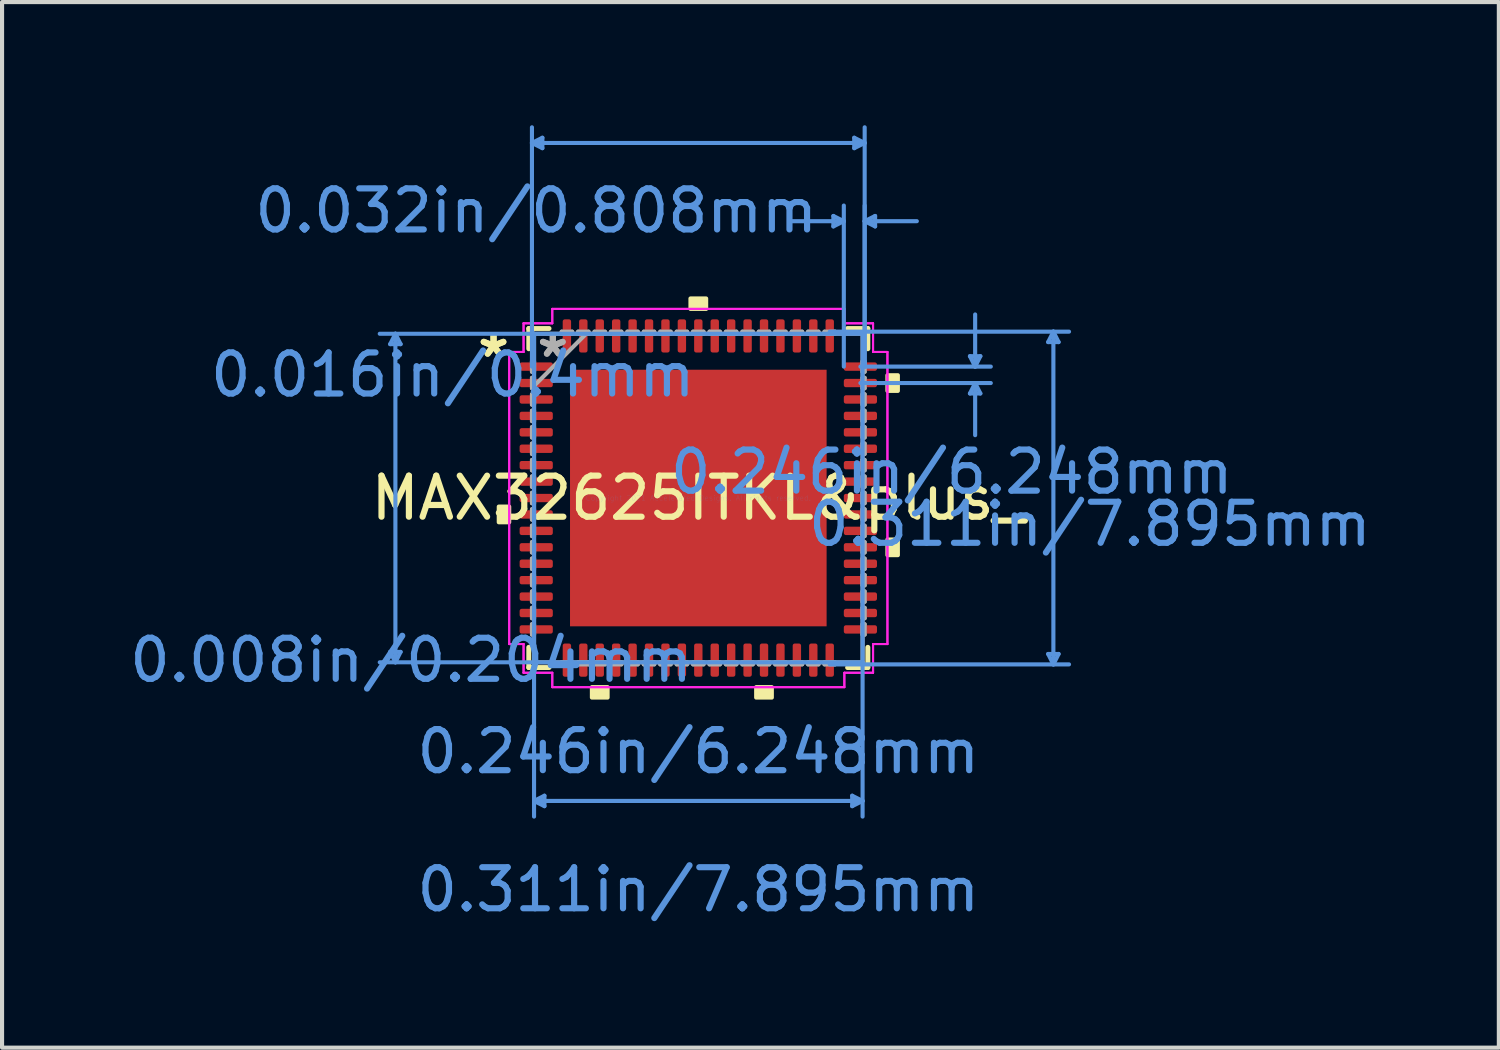
<source format=kicad_pcb>
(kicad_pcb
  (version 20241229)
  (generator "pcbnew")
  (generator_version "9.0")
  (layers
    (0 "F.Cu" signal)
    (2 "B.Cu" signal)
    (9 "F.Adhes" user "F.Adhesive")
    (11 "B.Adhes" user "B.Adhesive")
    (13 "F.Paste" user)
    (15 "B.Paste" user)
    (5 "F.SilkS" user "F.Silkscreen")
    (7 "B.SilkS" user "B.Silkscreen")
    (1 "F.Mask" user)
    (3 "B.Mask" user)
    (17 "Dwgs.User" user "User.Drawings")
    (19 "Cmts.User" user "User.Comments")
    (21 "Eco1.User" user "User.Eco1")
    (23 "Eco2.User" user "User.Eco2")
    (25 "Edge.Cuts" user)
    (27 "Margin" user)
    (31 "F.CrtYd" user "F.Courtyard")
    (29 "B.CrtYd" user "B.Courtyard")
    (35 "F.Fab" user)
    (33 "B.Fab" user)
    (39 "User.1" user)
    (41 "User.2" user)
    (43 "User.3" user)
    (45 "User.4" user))
  (footprint "MAX32625ITKL&plus_"
    (layer "F.Cu")
    (at 13.954 9.077)
    (property "Reference" "MAX32625ITKL&plus_" (at 0 0 0) (layer "F.SilkS") (effects (font (size 1 1) (thickness 0.15))))
    (attr through_hole)
    (fp_line (start -4.128 -4.128) (end -4.128 -3.635) (stroke (width 0.12) (type solid)) (layer "F.SilkS"))
    (fp_line (start -4.128 3.635) (end -4.128 4.128) (stroke (width 0.12) (type solid)) (layer "F.SilkS"))
    (fp_line (start -4.128 4.128) (end -3.635 4.128) (stroke (width 0.12) (type solid)) (layer "F.SilkS"))
    (fp_line (start -3.635 -4.128) (end -4.128 -4.128) (stroke (width 0.12) (type solid)) (layer "F.SilkS"))
    (fp_line (start 3.635 4.128) (end 4.128 4.128) (stroke (width 0.12) (type solid)) (layer "F.SilkS"))
    (fp_line (start 4.128 -4.128) (end 3.635 -4.128) (stroke (width 0.12) (type solid)) (layer "F.SilkS"))
    (fp_line (start 4.128 -3.635) (end 4.128 -4.128) (stroke (width 0.12) (type solid)) (layer "F.SilkS"))
    (fp_line (start 4.128 4.128) (end 4.128 3.635) (stroke (width 0.12) (type solid)) (layer "F.SilkS"))
    (fp_poly (pts (xy -4.859 0.209) (xy -4.859 0.59) (xy -4.605 0.59) (xy -4.605 0.209)) (stroke (width 0.1) (type solid)) (fill yes) (layer "F.SilkS"))
    (fp_poly (pts (xy -2.591 4.605) (xy -2.591 4.859) (xy -2.209 4.859) (xy -2.209 4.605)) (stroke (width 0.1) (type solid)) (fill yes) (layer "F.SilkS"))
    (fp_poly (pts (xy -0.191 -4.605) (xy -0.191 -4.859) (xy 0.191 -4.859) (xy 0.191 -4.605)) (stroke (width 0.1) (type solid)) (fill yes) (layer "F.SilkS"))
    (fp_poly (pts (xy 1.409 4.605) (xy 1.409 4.859) (xy 1.79 4.859) (xy 1.79 4.605)) (stroke (width 0.1) (type solid)) (fill yes) (layer "F.SilkS"))
    (fp_poly (pts (xy 4.859 -2.99) (xy 4.859 -2.609) (xy 4.605 -2.609) (xy 4.605 -2.99)) (stroke (width 0.1) (type solid)) (fill yes) (layer "F.SilkS"))
    (fp_poly (pts (xy 4.859 1.01) (xy 4.859 1.391) (xy 4.605 1.391) (xy 4.605 1.01)) (stroke (width 0.1) (type solid)) (fill yes) (layer "F.SilkS"))
    (fp_circle (center 0 0) (end 2.9 0) (stroke (width 0.12) (type solid)) (fill yes) (layer "F.Paste"))
    (fp_line (start -7.503 -3.747) (end -7.249 -3.747) (stroke (width 0.1) (type solid)) (layer "Cmts.User"))
    (fp_line (start -7.503 3.747) (end -7.249 3.747) (stroke (width 0.1) (type solid)) (layer "Cmts.User"))
    (fp_line (start -7.376 -4) (end -7.503 -3.747) (stroke (width 0.1) (type solid)) (layer "Cmts.User"))
    (fp_line (start -7.376 -4) (end -7.376 4) (stroke (width 0.1) (type solid)) (layer "Cmts.User"))
    (fp_line (start -7.376 -4) (end -7.249 -3.747) (stroke (width 0.1) (type solid)) (layer "Cmts.User"))
    (fp_line (start -7.376 4) (end -7.503 3.747) (stroke (width 0.1) (type solid)) (layer "Cmts.User"))
    (fp_line (start -7.376 4) (end -7.249 3.747) (stroke (width 0.1) (type solid)) (layer "Cmts.User"))
    (fp_line (start -4.051 -8.646) (end -3.797 -8.773) (stroke (width 0.1) (type solid)) (layer "Cmts.User"))
    (fp_line (start -4.051 -8.646) (end -3.797 -8.519) (stroke (width 0.1) (type solid)) (layer "Cmts.User"))
    (fp_line (start -4.051 -8.646) (end 4.051 -8.646) (stroke (width 0.1) (type solid)) (layer "Cmts.User"))
    (fp_line (start -4.051 -3.2) (end -4.051 -9.027) (stroke (width 0.1) (type solid)) (layer "Cmts.User"))
    (fp_line (start -4 -4) (end -4 7.757) (stroke (width 0.1) (type solid)) (layer "Cmts.User"))
    (fp_line (start -4 7.376) (end -3.747 7.249) (stroke (width 0.1) (type solid)) (layer "Cmts.User"))
    (fp_line (start -4 7.376) (end -3.747 7.503) (stroke (width 0.1) (type solid)) (layer "Cmts.User"))
    (fp_line (start -4 7.376) (end 4 7.376) (stroke (width 0.1) (type solid)) (layer "Cmts.User"))
    (fp_line (start -3.797 -8.773) (end -3.797 -8.519) (stroke (width 0.1) (type solid)) (layer "Cmts.User"))
    (fp_line (start -3.747 7.249) (end -3.747 7.503) (stroke (width 0.1) (type solid)) (layer "Cmts.User"))
    (fp_line (start 3.2 -4.051) (end 9.027 -4.051) (stroke (width 0.1) (type solid)) (layer "Cmts.User"))
    (fp_line (start 3.2 4.051) (end 9.027 4.051) (stroke (width 0.1) (type solid)) (layer "Cmts.User"))
    (fp_line (start 3.289 -6.868) (end 3.289 -6.614) (stroke (width 0.1) (type solid)) (layer "Cmts.User"))
    (fp_line (start 3.543 -6.741) (end 2.273 -6.741) (stroke (width 0.1) (type solid)) (layer "Cmts.User"))
    (fp_line (start 3.543 -6.741) (end 3.289 -6.868) (stroke (width 0.1) (type solid)) (layer "Cmts.User"))
    (fp_line (start 3.543 -6.741) (end 3.289 -6.614) (stroke (width 0.1) (type solid)) (layer "Cmts.User"))
    (fp_line (start 3.543 -3.2) (end 3.543 -7.122) (stroke (width 0.1) (type solid)) (layer "Cmts.User"))
    (fp_line (start 3.747 7.249) (end 3.747 7.503) (stroke (width 0.1) (type solid)) (layer "Cmts.User"))
    (fp_line (start 3.797 -8.773) (end 3.797 -8.519) (stroke (width 0.1) (type solid)) (layer "Cmts.User"))
    (fp_line (start 3.947 -3.2) (end 7.122 -3.2) (stroke (width 0.1) (type solid)) (layer "Cmts.User"))
    (fp_line (start 3.947 -2.8) (end 7.122 -2.8) (stroke (width 0.1) (type solid)) (layer "Cmts.User"))
    (fp_line (start 4 -4) (end -7.757 -4) (stroke (width 0.1) (type solid)) (layer "Cmts.User"))
    (fp_line (start 4 -4) (end 4 7.757) (stroke (width 0.1) (type solid)) (layer "Cmts.User"))
    (fp_line (start 4 4) (end -7.757 4) (stroke (width 0.1) (type solid)) (layer "Cmts.User"))
    (fp_line (start 4 7.376) (end 3.747 7.249) (stroke (width 0.1) (type solid)) (layer "Cmts.User"))
    (fp_line (start 4 7.376) (end 3.747 7.503) (stroke (width 0.1) (type solid)) (layer "Cmts.User"))
    (fp_line (start 4.051 -8.646) (end 3.797 -8.773) (stroke (width 0.1) (type solid)) (layer "Cmts.User"))
    (fp_line (start 4.051 -8.646) (end 3.797 -8.519) (stroke (width 0.1) (type solid)) (layer "Cmts.User"))
    (fp_line (start 4.051 -6.741) (end 4.305 -6.868) (stroke (width 0.1) (type solid)) (layer "Cmts.User"))
    (fp_line (start 4.051 -6.741) (end 4.305 -6.614) (stroke (width 0.1) (type solid)) (layer "Cmts.User"))
    (fp_line (start 4.051 -6.741) (end 5.321 -6.741) (stroke (width 0.1) (type solid)) (layer "Cmts.User"))
    (fp_line (start 4.051 -3.2) (end 4.051 -9.027) (stroke (width 0.1) (type solid)) (layer "Cmts.User"))
    (fp_line (start 4.051 -3.2) (end 4.051 -7.122) (stroke (width 0.1) (type solid)) (layer "Cmts.User"))
    (fp_line (start 4.305 -6.868) (end 4.305 -6.614) (stroke (width 0.1) (type solid)) (layer "Cmts.User"))
    (fp_line (start 6.614 -3.454) (end 6.868 -3.454) (stroke (width 0.1) (type solid)) (layer "Cmts.User"))
    (fp_line (start 6.614 -2.546) (end 6.868 -2.546) (stroke (width 0.1) (type solid)) (layer "Cmts.User"))
    (fp_line (start 6.741 -3.2) (end 6.614 -3.454) (stroke (width 0.1) (type solid)) (layer "Cmts.User"))
    (fp_line (start 6.741 -3.2) (end 6.741 -4.47) (stroke (width 0.1) (type solid)) (layer "Cmts.User"))
    (fp_line (start 6.741 -3.2) (end 6.868 -3.454) (stroke (width 0.1) (type solid)) (layer "Cmts.User"))
    (fp_line (start 6.741 -2.8) (end 6.614 -2.546) (stroke (width 0.1) (type solid)) (layer "Cmts.User"))
    (fp_line (start 6.741 -2.8) (end 6.741 -1.53) (stroke (width 0.1) (type solid)) (layer "Cmts.User"))
    (fp_line (start 6.741 -2.8) (end 6.868 -2.546) (stroke (width 0.1) (type solid)) (layer "Cmts.User"))
    (fp_line (start 8.519 -3.797) (end 8.773 -3.797) (stroke (width 0.1) (type solid)) (layer "Cmts.User"))
    (fp_line (start 8.519 3.797) (end 8.773 3.797) (stroke (width 0.1) (type solid)) (layer "Cmts.User"))
    (fp_line (start 8.646 -4.051) (end 8.519 -3.797) (stroke (width 0.1) (type solid)) (layer "Cmts.User"))
    (fp_line (start 8.646 -4.051) (end 8.646 4.051) (stroke (width 0.1) (type solid)) (layer "Cmts.User"))
    (fp_line (start 8.646 -4.051) (end 8.773 -3.797) (stroke (width 0.1) (type solid)) (layer "Cmts.User"))
    (fp_line (start 8.646 4.051) (end 8.519 3.797) (stroke (width 0.1) (type solid)) (layer "Cmts.User"))
    (fp_line (start 8.646 4.051) (end 8.773 3.797) (stroke (width 0.1) (type solid)) (layer "Cmts.User"))
    (fp_line (start -4.605 -3.556) (end -4.255 -3.556) (stroke (width 0.05) (type solid)) (layer "F.CrtYd"))
    (fp_line (start -4.605 -3.556) (end -4.255 -3.556) (stroke (width 0.05) (type solid)) (layer "F.CrtYd"))
    (fp_line (start -4.605 3.556) (end -4.605 -3.556) (stroke (width 0.05) (type solid)) (layer "F.CrtYd"))
    (fp_line (start -4.605 3.556) (end -4.605 -3.556) (stroke (width 0.05) (type solid)) (layer "F.CrtYd"))
    (fp_line (start -4.255 -4.255) (end -3.556 -4.255) (stroke (width 0.05) (type solid)) (layer "F.CrtYd"))
    (fp_line (start -4.255 -4.255) (end -3.556 -4.255) (stroke (width 0.05) (type solid)) (layer "F.CrtYd"))
    (fp_line (start -4.255 -3.556) (end -4.255 -4.255) (stroke (width 0.05) (type solid)) (layer "F.CrtYd"))
    (fp_line (start -4.255 -3.556) (end -4.255 -4.255) (stroke (width 0.05) (type solid)) (layer "F.CrtYd"))
    (fp_line (start -4.255 3.556) (end -4.605 3.556) (stroke (width 0.05) (type solid)) (layer "F.CrtYd"))
    (fp_line (start -4.255 3.556) (end -4.605 3.556) (stroke (width 0.05) (type solid)) (layer "F.CrtYd"))
    (fp_line (start -4.255 4.255) (end -4.255 3.556) (stroke (width 0.05) (type solid)) (layer "F.CrtYd"))
    (fp_line (start -4.255 4.255) (end -4.255 3.556) (stroke (width 0.05) (type solid)) (layer "F.CrtYd"))
    (fp_line (start -3.556 -4.605) (end 3.556 -4.605) (stroke (width 0.05) (type solid)) (layer "F.CrtYd"))
    (fp_line (start -3.556 -4.605) (end 3.556 -4.605) (stroke (width 0.05) (type solid)) (layer "F.CrtYd"))
    (fp_line (start -3.556 -4.255) (end -3.556 -4.605) (stroke (width 0.05) (type solid)) (layer "F.CrtYd"))
    (fp_line (start -3.556 -4.255) (end -3.556 -4.605) (stroke (width 0.05) (type solid)) (layer "F.CrtYd"))
    (fp_line (start -3.556 4.255) (end -4.255 4.255) (stroke (width 0.05) (type solid)) (layer "F.CrtYd"))
    (fp_line (start -3.556 4.255) (end -4.255 4.255) (stroke (width 0.05) (type solid)) (layer "F.CrtYd"))
    (fp_line (start -3.556 4.605) (end -3.556 4.255) (stroke (width 0.05) (type solid)) (layer "F.CrtYd"))
    (fp_line (start -3.556 4.605) (end -3.556 4.255) (stroke (width 0.05) (type solid)) (layer "F.CrtYd"))
    (fp_line (start 3.556 -4.605) (end 3.556 -4.255) (stroke (width 0.05) (type solid)) (layer "F.CrtYd"))
    (fp_line (start 3.556 -4.605) (end 3.556 -4.255) (stroke (width 0.05) (type solid)) (layer "F.CrtYd"))
    (fp_line (start 3.556 -4.255) (end 4.255 -4.255) (stroke (width 0.05) (type solid)) (layer "F.CrtYd"))
    (fp_line (start 3.556 -4.255) (end 4.255 -4.255) (stroke (width 0.05) (type solid)) (layer "F.CrtYd"))
    (fp_line (start 3.556 4.255) (end 3.556 4.605) (stroke (width 0.05) (type solid)) (layer "F.CrtYd"))
    (fp_line (start 3.556 4.255) (end 3.556 4.605) (stroke (width 0.05) (type solid)) (layer "F.CrtYd"))
    (fp_line (start 3.556 4.605) (end -3.556 4.605) (stroke (width 0.05) (type solid)) (layer "F.CrtYd"))
    (fp_line (start 3.556 4.605) (end -3.556 4.605) (stroke (width 0.05) (type solid)) (layer "F.CrtYd"))
    (fp_line (start 4.255 -4.255) (end 4.255 -3.556) (stroke (width 0.05) (type solid)) (layer "F.CrtYd"))
    (fp_line (start 4.255 -4.255) (end 4.255 -3.556) (stroke (width 0.05) (type solid)) (layer "F.CrtYd"))
    (fp_line (start 4.255 -3.556) (end 4.605 -3.556) (stroke (width 0.05) (type solid)) (layer "F.CrtYd"))
    (fp_line (start 4.255 -3.556) (end 4.605 -3.556) (stroke (width 0.05) (type solid)) (layer "F.CrtYd"))
    (fp_line (start 4.255 3.556) (end 4.255 4.255) (stroke (width 0.05) (type solid)) (layer "F.CrtYd"))
    (fp_line (start 4.255 3.556) (end 4.255 4.255) (stroke (width 0.05) (type solid)) (layer "F.CrtYd"))
    (fp_line (start 4.255 4.255) (end 3.556 4.255) (stroke (width 0.05) (type solid)) (layer "F.CrtYd"))
    (fp_line (start 4.255 4.255) (end 3.556 4.255) (stroke (width 0.05) (type solid)) (layer "F.CrtYd"))
    (fp_line (start 4.605 -3.556) (end 4.605 3.556) (stroke (width 0.05) (type solid)) (layer "F.CrtYd"))
    (fp_line (start 4.605 -3.556) (end 4.605 3.556) (stroke (width 0.05) (type solid)) (layer "F.CrtYd"))
    (fp_line (start 4.605 3.556) (end 4.255 3.556) (stroke (width 0.05) (type solid)) (layer "F.CrtYd"))
    (fp_line (start 4.605 3.556) (end 4.255 3.556) (stroke (width 0.05) (type solid)) (layer "F.CrtYd"))
    (fp_line (start -4.051 -3.327) (end -4.051 -3.073) (stroke (width 0.1) (type solid)) (layer "F.Fab"))
    (fp_line (start -4.051 -3.073) (end -4 -3.073) (stroke (width 0.1) (type solid)) (layer "F.Fab"))
    (fp_line (start -4.051 -2.927) (end -4.051 -2.673) (stroke (width 0.1) (type solid)) (layer "F.Fab"))
    (fp_line (start -4.051 -2.673) (end -4 -2.673) (stroke (width 0.1) (type solid)) (layer "F.Fab"))
    (fp_line (start -4.051 -2.527) (end -4.051 -2.273) (stroke (width 0.1) (type solid)) (layer "F.Fab"))
    (fp_line (start -4.051 -2.273) (end -4 -2.273) (stroke (width 0.1) (type solid)) (layer "F.Fab"))
    (fp_line (start -4.051 -2.127) (end -4.051 -1.873) (stroke (width 0.1) (type solid)) (layer "F.Fab"))
    (fp_line (start -4.051 -1.873) (end -4 -1.873) (stroke (width 0.1) (type solid)) (layer "F.Fab"))
    (fp_line (start -4.051 -1.727) (end -4.051 -1.473) (stroke (width 0.1) (type solid)) (layer "F.Fab"))
    (fp_line (start -4.051 -1.473) (end -4 -1.473) (stroke (width 0.1) (type solid)) (layer "F.Fab"))
    (fp_line (start -4.051 -1.327) (end -4.051 -1.073) (stroke (width 0.1) (type solid)) (layer "F.Fab"))
    (fp_line (start -4.051 -1.073) (end -4 -1.073) (stroke (width 0.1) (type solid)) (layer "F.Fab"))
    (fp_line (start -4.051 -0.927) (end -4.051 -0.673) (stroke (width 0.1) (type solid)) (layer "F.Fab"))
    (fp_line (start -4.051 -0.673) (end -4 -0.673) (stroke (width 0.1) (type solid)) (layer "F.Fab"))
    (fp_line (start -4.051 -0.527) (end -4.051 -0.273) (stroke (width 0.1) (type solid)) (layer "F.Fab"))
    (fp_line (start -4.051 -0.273) (end -4 -0.273) (stroke (width 0.1) (type solid)) (layer "F.Fab"))
    (fp_line (start -4.051 -0.127) (end -4.051 0.127) (stroke (width 0.1) (type solid)) (layer "F.Fab"))
    (fp_line (start -4.051 0.127) (end -4 0.127) (stroke (width 0.1) (type solid)) (layer "F.Fab"))
    (fp_line (start -4.051 0.273) (end -4.051 0.527) (stroke (width 0.1) (type solid)) (layer "F.Fab"))
    (fp_line (start -4.051 0.527) (end -4 0.527) (stroke (width 0.1) (type solid)) (layer "F.Fab"))
    (fp_line (start -4.051 0.673) (end -4.051 0.927) (stroke (width 0.1) (type solid)) (layer "F.Fab"))
    (fp_line (start -4.051 0.927) (end -4 0.927) (stroke (width 0.1) (type solid)) (layer "F.Fab"))
    (fp_line (start -4.051 1.073) (end -4.051 1.327) (stroke (width 0.1) (type solid)) (layer "F.Fab"))
    (fp_line (start -4.051 1.327) (end -4 1.327) (stroke (width 0.1) (type solid)) (layer "F.Fab"))
    (fp_line (start -4.051 1.473) (end -4.051 1.727) (stroke (width 0.1) (type solid)) (layer "F.Fab"))
    (fp_line (start -4.051 1.727) (end -4 1.727) (stroke (width 0.1) (type solid)) (layer "F.Fab"))
    (fp_line (start -4.051 1.873) (end -4.051 2.127) (stroke (width 0.1) (type solid)) (layer "F.Fab"))
    (fp_line (start -4.051 2.127) (end -4 2.127) (stroke (width 0.1) (type solid)) (layer "F.Fab"))
    (fp_line (start -4.051 2.273) (end -4.051 2.527) (stroke (width 0.1) (type solid)) (layer "F.Fab"))
    (fp_line (start -4.051 2.527) (end -4 2.527) (stroke (width 0.1) (type solid)) (layer "F.Fab"))
    (fp_line (start -4.051 2.673) (end -4.051 2.927) (stroke (width 0.1) (type solid)) (layer "F.Fab"))
    (fp_line (start -4.051 2.927) (end -4 2.927) (stroke (width 0.1) (type solid)) (layer "F.Fab"))
    (fp_line (start -4.051 3.073) (end -4.051 3.327) (stroke (width 0.1) (type solid)) (layer "F.Fab"))
    (fp_line (start -4.051 3.327) (end -4 3.327) (stroke (width 0.1) (type solid)) (layer "F.Fab"))
    (fp_line (start -4 -4) (end -4 -4) (stroke (width 0.1) (type solid)) (layer "F.Fab"))
    (fp_line (start -4 -4) (end -4 4) (stroke (width 0.1) (type solid)) (layer "F.Fab"))
    (fp_line (start -4 -3.327) (end -4.051 -3.327) (stroke (width 0.1) (type solid)) (layer "F.Fab"))
    (fp_line (start -4 -3.073) (end -4 -3.327) (stroke (width 0.1) (type solid)) (layer "F.Fab"))
    (fp_line (start -4 -2.927) (end -4.051 -2.927) (stroke (width 0.1) (type solid)) (layer "F.Fab"))
    (fp_line (start -4 -2.731) (end -2.731 -4) (stroke (width 0.1) (type solid)) (layer "F.Fab"))
    (fp_line (start -4 -2.673) (end -4 -2.927) (stroke (width 0.1) (type solid)) (layer "F.Fab"))
    (fp_line (start -4 -2.527) (end -4.051 -2.527) (stroke (width 0.1) (type solid)) (layer "F.Fab"))
    (fp_line (start -4 -2.273) (end -4 -2.527) (stroke (width 0.1) (type solid)) (layer "F.Fab"))
    (fp_line (start -4 -2.127) (end -4.051 -2.127) (stroke (width 0.1) (type solid)) (layer "F.Fab"))
    (fp_line (start -4 -1.873) (end -4 -2.127) (stroke (width 0.1) (type solid)) (layer "F.Fab"))
    (fp_line (start -4 -1.727) (end -4.051 -1.727) (stroke (width 0.1) (type solid)) (layer "F.Fab"))
    (fp_line (start -4 -1.473) (end -4 -1.727) (stroke (width 0.1) (type solid)) (layer "F.Fab"))
    (fp_line (start -4 -1.327) (end -4.051 -1.327) (stroke (width 0.1) (type solid)) (layer "F.Fab"))
    (fp_line (start -4 -1.073) (end -4 -1.327) (stroke (width 0.1) (type solid)) (layer "F.Fab"))
    (fp_line (start -4 -0.927) (end -4.051 -0.927) (stroke (width 0.1) (type solid)) (layer "F.Fab"))
    (fp_line (start -4 -0.673) (end -4 -0.927) (stroke (width 0.1) (type solid)) (layer "F.Fab"))
    (fp_line (start -4 -0.527) (end -4.051 -0.527) (stroke (width 0.1) (type solid)) (layer "F.Fab"))
    (fp_line (start -4 -0.273) (end -4 -0.527) (stroke (width 0.1) (type solid)) (layer "F.Fab"))
    (fp_line (start -4 -0.127) (end -4.051 -0.127) (stroke (width 0.1) (type solid)) (layer "F.Fab"))
    (fp_line (start -4 0.127) (end -4 -0.127) (stroke (width 0.1) (type solid)) (layer "F.Fab"))
    (fp_line (start -4 0.273) (end -4.051 0.273) (stroke (width 0.1) (type solid)) (layer "F.Fab"))
    (fp_line (start -4 0.527) (end -4 0.273) (stroke (width 0.1) (type solid)) (layer "F.Fab"))
    (fp_line (start -4 0.673) (end -4.051 0.673) (stroke (width 0.1) (type solid)) (layer "F.Fab"))
    (fp_line (start -4 0.927) (end -4 0.673) (stroke (width 0.1) (type solid)) (layer "F.Fab"))
    (fp_line (start -4 1.073) (end -4.051 1.073) (stroke (width 0.1) (type solid)) (layer "F.Fab"))
    (fp_line (start -4 1.327) (end -4 1.073) (stroke (width 0.1) (type solid)) (layer "F.Fab"))
    (fp_line (start -4 1.473) (end -4.051 1.473) (stroke (width 0.1) (type solid)) (layer "F.Fab"))
    (fp_line (start -4 1.727) (end -4 1.473) (stroke (width 0.1) (type solid)) (layer "F.Fab"))
    (fp_line (start -4 1.873) (end -4.051 1.873) (stroke (width 0.1) (type solid)) (layer "F.Fab"))
    (fp_line (start -4 2.127) (end -4 1.873) (stroke (width 0.1) (type solid)) (layer "F.Fab"))
    (fp_line (start -4 2.273) (end -4.051 2.273) (stroke (width 0.1) (type solid)) (layer "F.Fab"))
    (fp_line (start -4 2.527) (end -4 2.273) (stroke (width 0.1) (type solid)) (layer "F.Fab"))
    (fp_line (start -4 2.673) (end -4.051 2.673) (stroke (width 0.1) (type solid)) (layer "F.Fab"))
    (fp_line (start -4 2.927) (end -4 2.673) (stroke (width 0.1) (type solid)) (layer "F.Fab"))
    (fp_line (start -4 3.073) (end -4.051 3.073) (stroke (width 0.1) (type solid)) (layer "F.Fab"))
    (fp_line (start -4 3.327) (end -4 3.073) (stroke (width 0.1) (type solid)) (layer "F.Fab"))
    (fp_line (start -4 4) (end -4 4) (stroke (width 0.1) (type solid)) (layer "F.Fab"))
    (fp_line (start -4 4) (end 4 4) (stroke (width 0.1) (type solid)) (layer "F.Fab"))
    (fp_line (start -3.327 -4.051) (end -3.327 -4) (stroke (width 0.1) (type solid)) (layer "F.Fab"))
    (fp_line (start -3.327 -4) (end -3.073 -4) (stroke (width 0.1) (type solid)) (layer "F.Fab"))
    (fp_line (start -3.327 4) (end -3.327 4.051) (stroke (width 0.1) (type solid)) (layer "F.Fab"))
    (fp_line (start -3.327 4.051) (end -3.073 4.051) (stroke (width 0.1) (type solid)) (layer "F.Fab"))
    (fp_line (start -3.073 -4.051) (end -3.327 -4.051) (stroke (width 0.1) (type solid)) (layer "F.Fab"))
    (fp_line (start -3.073 -4) (end -3.073 -4.051) (stroke (width 0.1) (type solid)) (layer "F.Fab"))
    (fp_line (start -3.073 4) (end -3.327 4) (stroke (width 0.1) (type solid)) (layer "F.Fab"))
    (fp_line (start -3.073 4.051) (end -3.073 4) (stroke (width 0.1) (type solid)) (layer "F.Fab"))
    (fp_line (start -2.927 -4.051) (end -2.927 -4) (stroke (width 0.1) (type solid)) (layer "F.Fab"))
    (fp_line (start -2.927 -4) (end -2.673 -4) (stroke (width 0.1) (type solid)) (layer "F.Fab"))
    (fp_line (start -2.927 4) (end -2.927 4.051) (stroke (width 0.1) (type solid)) (layer "F.Fab"))
    (fp_line (start -2.927 4.051) (end -2.673 4.051) (stroke (width 0.1) (type solid)) (layer "F.Fab"))
    (fp_line (start -2.673 -4.051) (end -2.927 -4.051) (stroke (width 0.1) (type solid)) (layer "F.Fab"))
    (fp_line (start -2.673 -4) (end -2.673 -4.051) (stroke (width 0.1) (type solid)) (layer "F.Fab"))
    (fp_line (start -2.673 4) (end -2.927 4) (stroke (width 0.1) (type solid)) (layer "F.Fab"))
    (fp_line (start -2.673 4.051) (end -2.673 4) (stroke (width 0.1) (type solid)) (layer "F.Fab"))
    (fp_line (start -2.527 -4.051) (end -2.527 -4) (stroke (width 0.1) (type solid)) (layer "F.Fab"))
    (fp_line (start -2.527 -4) (end -2.273 -4) (stroke (width 0.1) (type solid)) (layer "F.Fab"))
    (fp_line (start -2.527 4) (end -2.527 4.051) (stroke (width 0.1) (type solid)) (layer "F.Fab"))
    (fp_line (start -2.527 4.051) (end -2.273 4.051) (stroke (width 0.1) (type solid)) (layer "F.Fab"))
    (fp_line (start -2.273 -4.051) (end -2.527 -4.051) (stroke (width 0.1) (type solid)) (layer "F.Fab"))
    (fp_line (start -2.273 -4) (end -2.273 -4.051) (stroke (width 0.1) (type solid)) (layer "F.Fab"))
    (fp_line (start -2.273 4) (end -2.527 4) (stroke (width 0.1) (type solid)) (layer "F.Fab"))
    (fp_line (start -2.273 4.051) (end -2.273 4) (stroke (width 0.1) (type solid)) (layer "F.Fab"))
    (fp_line (start -2.127 -4.051) (end -2.127 -4) (stroke (width 0.1) (type solid)) (layer "F.Fab"))
    (fp_line (start -2.127 -4) (end -1.873 -4) (stroke (width 0.1) (type solid)) (layer "F.Fab"))
    (fp_line (start -2.127 4) (end -2.127 4.051) (stroke (width 0.1) (type solid)) (layer "F.Fab"))
    (fp_line (start -2.127 4.051) (end -1.873 4.051) (stroke (width 0.1) (type solid)) (layer "F.Fab"))
    (fp_line (start -1.873 -4.051) (end -2.127 -4.051) (stroke (width 0.1) (type solid)) (layer "F.Fab"))
    (fp_line (start -1.873 -4) (end -1.873 -4.051) (stroke (width 0.1) (type solid)) (layer "F.Fab"))
    (fp_line (start -1.873 4) (end -2.127 4) (stroke (width 0.1) (type solid)) (layer "F.Fab"))
    (fp_line (start -1.873 4.051) (end -1.873 4) (stroke (width 0.1) (type solid)) (layer "F.Fab"))
    (fp_line (start -1.727 -4.051) (end -1.727 -4) (stroke (width 0.1) (type solid)) (layer "F.Fab"))
    (fp_line (start -1.727 -4) (end -1.473 -4) (stroke (width 0.1) (type solid)) (layer "F.Fab"))
    (fp_line (start -1.727 4) (end -1.727 4.051) (stroke (width 0.1) (type solid)) (layer "F.Fab"))
    (fp_line (start -1.727 4.051) (end -1.473 4.051) (stroke (width 0.1) (type solid)) (layer "F.Fab"))
    (fp_line (start -1.473 -4.051) (end -1.727 -4.051) (stroke (width 0.1) (type solid)) (layer "F.Fab"))
    (fp_line (start -1.473 -4) (end -1.473 -4.051) (stroke (width 0.1) (type solid)) (layer "F.Fab"))
    (fp_line (start -1.473 4) (end -1.727 4) (stroke (width 0.1) (type solid)) (layer "F.Fab"))
    (fp_line (start -1.473 4.051) (end -1.473 4) (stroke (width 0.1) (type solid)) (layer "F.Fab"))
    (fp_line (start -1.327 -4.051) (end -1.327 -4) (stroke (width 0.1) (type solid)) (layer "F.Fab"))
    (fp_line (start -1.327 -4) (end -1.073 -4) (stroke (width 0.1) (type solid)) (layer "F.Fab"))
    (fp_line (start -1.327 4) (end -1.327 4.051) (stroke (width 0.1) (type solid)) (layer "F.Fab"))
    (fp_line (start -1.327 4.051) (end -1.073 4.051) (stroke (width 0.1) (type solid)) (layer "F.Fab"))
    (fp_line (start -1.073 -4.051) (end -1.327 -4.051) (stroke (width 0.1) (type solid)) (layer "F.Fab"))
    (fp_line (start -1.073 -4) (end -1.073 -4.051) (stroke (width 0.1) (type solid)) (layer "F.Fab"))
    (fp_line (start -1.073 4) (end -1.327 4) (stroke (width 0.1) (type solid)) (layer "F.Fab"))
    (fp_line (start -1.073 4.051) (end -1.073 4) (stroke (width 0.1) (type solid)) (layer "F.Fab"))
    (fp_line (start -0.927 -4.051) (end -0.927 -4) (stroke (width 0.1) (type solid)) (layer "F.Fab"))
    (fp_line (start -0.927 -4) (end -0.673 -4) (stroke (width 0.1) (type solid)) (layer "F.Fab"))
    (fp_line (start -0.927 4) (end -0.927 4.051) (stroke (width 0.1) (type solid)) (layer "F.Fab"))
    (fp_line (start -0.927 4.051) (end -0.673 4.051) (stroke (width 0.1) (type solid)) (layer "F.Fab"))
    (fp_line (start -0.673 -4.051) (end -0.927 -4.051) (stroke (width 0.1) (type solid)) (layer "F.Fab"))
    (fp_line (start -0.673 -4) (end -0.673 -4.051) (stroke (width 0.1) (type solid)) (layer "F.Fab"))
    (fp_line (start -0.673 4) (end -0.927 4) (stroke (width 0.1) (type solid)) (layer "F.Fab"))
    (fp_line (start -0.673 4.051) (end -0.673 4) (stroke (width 0.1) (type solid)) (layer "F.Fab"))
    (fp_line (start -0.527 -4.051) (end -0.527 -4) (stroke (width 0.1) (type solid)) (layer "F.Fab"))
    (fp_line (start -0.527 -4) (end -0.273 -4) (stroke (width 0.1) (type solid)) (layer "F.Fab"))
    (fp_line (start -0.527 4) (end -0.527 4.051) (stroke (width 0.1) (type solid)) (layer "F.Fab"))
    (fp_line (start -0.527 4.051) (end -0.273 4.051) (stroke (width 0.1) (type solid)) (layer "F.Fab"))
    (fp_line (start -0.273 -4.051) (end -0.527 -4.051) (stroke (width 0.1) (type solid)) (layer "F.Fab"))
    (fp_line (start -0.273 -4) (end -0.273 -4.051) (stroke (width 0.1) (type solid)) (layer "F.Fab"))
    (fp_line (start -0.273 4) (end -0.527 4) (stroke (width 0.1) (type solid)) (layer "F.Fab"))
    (fp_line (start -0.273 4.051) (end -0.273 4) (stroke (width 0.1) (type solid)) (layer "F.Fab"))
    (fp_line (start -0.127 -4.051) (end -0.127 -4) (stroke (width 0.1) (type solid)) (layer "F.Fab"))
    (fp_line (start -0.127 -4) (end 0.127 -4) (stroke (width 0.1) (type solid)) (layer "F.Fab"))
    (fp_line (start -0.127 4) (end -0.127 4.051) (stroke (width 0.1) (type solid)) (layer "F.Fab"))
    (fp_line (start -0.127 4.051) (end 0.127 4.051) (stroke (width 0.1) (type solid)) (layer "F.Fab"))
    (fp_line (start 0.127 -4.051) (end -0.127 -4.051) (stroke (width 0.1) (type solid)) (layer "F.Fab"))
    (fp_line (start 0.127 -4) (end 0.127 -4.051) (stroke (width 0.1) (type solid)) (layer "F.Fab"))
    (fp_line (start 0.127 4) (end -0.127 4) (stroke (width 0.1) (type solid)) (layer "F.Fab"))
    (fp_line (start 0.127 4.051) (end 0.127 4) (stroke (width 0.1) (type solid)) (layer "F.Fab"))
    (fp_line (start 0.273 -4.051) (end 0.273 -4) (stroke (width 0.1) (type solid)) (layer "F.Fab"))
    (fp_line (start 0.273 -4) (end 0.527 -4) (stroke (width 0.1) (type solid)) (layer "F.Fab"))
    (fp_line (start 0.273 4) (end 0.273 4.051) (stroke (width 0.1) (type solid)) (layer "F.Fab"))
    (fp_line (start 0.273 4.051) (end 0.527 4.051) (stroke (width 0.1) (type solid)) (layer "F.Fab"))
    (fp_line (start 0.527 -4.051) (end 0.273 -4.051) (stroke (width 0.1) (type solid)) (layer "F.Fab"))
    (fp_line (start 0.527 -4) (end 0.527 -4.051) (stroke (width 0.1) (type solid)) (layer "F.Fab"))
    (fp_line (start 0.527 4) (end 0.273 4) (stroke (width 0.1) (type solid)) (layer "F.Fab"))
    (fp_line (start 0.527 4.051) (end 0.527 4) (stroke (width 0.1) (type solid)) (layer "F.Fab"))
    (fp_line (start 0.673 -4.051) (end 0.673 -4) (stroke (width 0.1) (type solid)) (layer "F.Fab"))
    (fp_line (start 0.673 -4) (end 0.927 -4) (stroke (width 0.1) (type solid)) (layer "F.Fab"))
    (fp_line (start 0.673 4) (end 0.673 4.051) (stroke (width 0.1) (type solid)) (layer "F.Fab"))
    (fp_line (start 0.673 4.051) (end 0.927 4.051) (stroke (width 0.1) (type solid)) (layer "F.Fab"))
    (fp_line (start 0.927 -4.051) (end 0.673 -4.051) (stroke (width 0.1) (type solid)) (layer "F.Fab"))
    (fp_line (start 0.927 -4) (end 0.927 -4.051) (stroke (width 0.1) (type solid)) (layer "F.Fab"))
    (fp_line (start 0.927 4) (end 0.673 4) (stroke (width 0.1) (type solid)) (layer "F.Fab"))
    (fp_line (start 0.927 4.051) (end 0.927 4) (stroke (width 0.1) (type solid)) (layer "F.Fab"))
    (fp_line (start 1.073 -4.051) (end 1.073 -4) (stroke (width 0.1) (type solid)) (layer "F.Fab"))
    (fp_line (start 1.073 -4) (end 1.327 -4) (stroke (width 0.1) (type solid)) (layer "F.Fab"))
    (fp_line (start 1.073 4) (end 1.073 4.051) (stroke (width 0.1) (type solid)) (layer "F.Fab"))
    (fp_line (start 1.073 4.051) (end 1.327 4.051) (stroke (width 0.1) (type solid)) (layer "F.Fab"))
    (fp_line (start 1.327 -4.051) (end 1.073 -4.051) (stroke (width 0.1) (type solid)) (layer "F.Fab"))
    (fp_line (start 1.327 -4) (end 1.327 -4.051) (stroke (width 0.1) (type solid)) (layer "F.Fab"))
    (fp_line (start 1.327 4) (end 1.073 4) (stroke (width 0.1) (type solid)) (layer "F.Fab"))
    (fp_line (start 1.327 4.051) (end 1.327 4) (stroke (width 0.1) (type solid)) (layer "F.Fab"))
    (fp_line (start 1.473 -4.051) (end 1.473 -4) (stroke (width 0.1) (type solid)) (layer "F.Fab"))
    (fp_line (start 1.473 -4) (end 1.727 -4) (stroke (width 0.1) (type solid)) (layer "F.Fab"))
    (fp_line (start 1.473 4) (end 1.473 4.051) (stroke (width 0.1) (type solid)) (layer "F.Fab"))
    (fp_line (start 1.473 4.051) (end 1.727 4.051) (stroke (width 0.1) (type solid)) (layer "F.Fab"))
    (fp_line (start 1.727 -4.051) (end 1.473 -4.051) (stroke (width 0.1) (type solid)) (layer "F.Fab"))
    (fp_line (start 1.727 -4) (end 1.727 -4.051) (stroke (width 0.1) (type solid)) (layer "F.Fab"))
    (fp_line (start 1.727 4) (end 1.473 4) (stroke (width 0.1) (type solid)) (layer "F.Fab"))
    (fp_line (start 1.727 4.051) (end 1.727 4) (stroke (width 0.1) (type solid)) (layer "F.Fab"))
    (fp_line (start 1.873 -4.051) (end 1.873 -4) (stroke (width 0.1) (type solid)) (layer "F.Fab"))
    (fp_line (start 1.873 -4) (end 2.127 -4) (stroke (width 0.1) (type solid)) (layer "F.Fab"))
    (fp_line (start 1.873 4) (end 1.873 4.051) (stroke (width 0.1) (type solid)) (layer "F.Fab"))
    (fp_line (start 1.873 4.051) (end 2.127 4.051) (stroke (width 0.1) (type solid)) (layer "F.Fab"))
    (fp_line (start 2.127 -4.051) (end 1.873 -4.051) (stroke (width 0.1) (type solid)) (layer "F.Fab"))
    (fp_line (start 2.127 -4) (end 2.127 -4.051) (stroke (width 0.1) (type solid)) (layer "F.Fab"))
    (fp_line (start 2.127 4) (end 1.873 4) (stroke (width 0.1) (type solid)) (layer "F.Fab"))
    (fp_line (start 2.127 4.051) (end 2.127 4) (stroke (width 0.1) (type solid)) (layer "F.Fab"))
    (fp_line (start 2.273 -4.051) (end 2.273 -4) (stroke (width 0.1) (type solid)) (layer "F.Fab"))
    (fp_line (start 2.273 -4) (end 2.527 -4) (stroke (width 0.1) (type solid)) (layer "F.Fab"))
    (fp_line (start 2.273 4) (end 2.273 4.051) (stroke (width 0.1) (type solid)) (layer "F.Fab"))
    (fp_line (start 2.273 4.051) (end 2.527 4.051) (stroke (width 0.1) (type solid)) (layer "F.Fab"))
    (fp_line (start 2.527 -4.051) (end 2.273 -4.051) (stroke (width 0.1) (type solid)) (layer "F.Fab"))
    (fp_line (start 2.527 -4) (end 2.527 -4.051) (stroke (width 0.1) (type solid)) (layer "F.Fab"))
    (fp_line (start 2.527 4) (end 2.273 4) (stroke (width 0.1) (type solid)) (layer "F.Fab"))
    (fp_line (start 2.527 4.051) (end 2.527 4) (stroke (width 0.1) (type solid)) (layer "F.Fab"))
    (fp_line (start 2.673 -4.051) (end 2.673 -4) (stroke (width 0.1) (type solid)) (layer "F.Fab"))
    (fp_line (start 2.673 -4) (end 2.927 -4) (stroke (width 0.1) (type solid)) (layer "F.Fab"))
    (fp_line (start 2.673 4) (end 2.673 4.051) (stroke (width 0.1) (type solid)) (layer "F.Fab"))
    (fp_line (start 2.673 4.051) (end 2.927 4.051) (stroke (width 0.1) (type solid)) (layer "F.Fab"))
    (fp_line (start 2.927 -4.051) (end 2.673 -4.051) (stroke (width 0.1) (type solid)) (layer "F.Fab"))
    (fp_line (start 2.927 -4) (end 2.927 -4.051) (stroke (width 0.1) (type solid)) (layer "F.Fab"))
    (fp_line (start 2.927 4) (end 2.673 4) (stroke (width 0.1) (type solid)) (layer "F.Fab"))
    (fp_line (start 2.927 4.051) (end 2.927 4) (stroke (width 0.1) (type solid)) (layer "F.Fab"))
    (fp_line (start 3.073 -4.051) (end 3.073 -4) (stroke (width 0.1) (type solid)) (layer "F.Fab"))
    (fp_line (start 3.073 -4) (end 3.327 -4) (stroke (width 0.1) (type solid)) (layer "F.Fab"))
    (fp_line (start 3.073 4) (end 3.073 4.051) (stroke (width 0.1) (type solid)) (layer "F.Fab"))
    (fp_line (start 3.073 4.051) (end 3.327 4.051) (stroke (width 0.1) (type solid)) (layer "F.Fab"))
    (fp_line (start 3.327 -4.051) (end 3.073 -4.051) (stroke (width 0.1) (type solid)) (layer "F.Fab"))
    (fp_line (start 3.327 -4) (end 3.327 -4.051) (stroke (width 0.1) (type solid)) (layer "F.Fab"))
    (fp_line (start 3.327 4) (end 3.073 4) (stroke (width 0.1) (type solid)) (layer "F.Fab"))
    (fp_line (start 3.327 4.051) (end 3.327 4) (stroke (width 0.1) (type solid)) (layer "F.Fab"))
    (fp_line (start 4 -4) (end -4 -4) (stroke (width 0.1) (type solid)) (layer "F.Fab"))
    (fp_line (start 4 -4) (end 4 -4) (stroke (width 0.1) (type solid)) (layer "F.Fab"))
    (fp_line (start 4 -3.327) (end 4 -3.073) (stroke (width 0.1) (type solid)) (layer "F.Fab"))
    (fp_line (start 4 -3.073) (end 4.051 -3.073) (stroke (width 0.1) (type solid)) (layer "F.Fab"))
    (fp_line (start 4 -2.927) (end 4 -2.673) (stroke (width 0.1) (type solid)) (layer "F.Fab"))
    (fp_line (start 4 -2.673) (end 4.051 -2.673) (stroke (width 0.1) (type solid)) (layer "F.Fab"))
    (fp_line (start 4 -2.527) (end 4 -2.273) (stroke (width 0.1) (type solid)) (layer "F.Fab"))
    (fp_line (start 4 -2.273) (end 4.051 -2.273) (stroke (width 0.1) (type solid)) (layer "F.Fab"))
    (fp_line (start 4 -2.127) (end 4 -1.873) (stroke (width 0.1) (type solid)) (layer "F.Fab"))
    (fp_line (start 4 -1.873) (end 4.051 -1.873) (stroke (width 0.1) (type solid)) (layer "F.Fab"))
    (fp_line (start 4 -1.727) (end 4 -1.473) (stroke (width 0.1) (type solid)) (layer "F.Fab"))
    (fp_line (start 4 -1.473) (end 4.051 -1.473) (stroke (width 0.1) (type solid)) (layer "F.Fab"))
    (fp_line (start 4 -1.327) (end 4 -1.073) (stroke (width 0.1) (type solid)) (layer "F.Fab"))
    (fp_line (start 4 -1.073) (end 4.051 -1.073) (stroke (width 0.1) (type solid)) (layer "F.Fab"))
    (fp_line (start 4 -0.927) (end 4 -0.673) (stroke (width 0.1) (type solid)) (layer "F.Fab"))
    (fp_line (start 4 -0.673) (end 4.051 -0.673) (stroke (width 0.1) (type solid)) (layer "F.Fab"))
    (fp_line (start 4 -0.527) (end 4 -0.273) (stroke (width 0.1) (type solid)) (layer "F.Fab"))
    (fp_line (start 4 -0.273) (end 4.051 -0.273) (stroke (width 0.1) (type solid)) (layer "F.Fab"))
    (fp_line (start 4 -0.127) (end 4 0.127) (stroke (width 0.1) (type solid)) (layer "F.Fab"))
    (fp_line (start 4 0.127) (end 4.051 0.127) (stroke (width 0.1) (type solid)) (layer "F.Fab"))
    (fp_line (start 4 0.273) (end 4 0.527) (stroke (width 0.1) (type solid)) (layer "F.Fab"))
    (fp_line (start 4 0.527) (end 4.051 0.527) (stroke (width 0.1) (type solid)) (layer "F.Fab"))
    (fp_line (start 4 0.673) (end 4 0.927) (stroke (width 0.1) (type solid)) (layer "F.Fab"))
    (fp_line (start 4 0.927) (end 4.051 0.927) (stroke (width 0.1) (type solid)) (layer "F.Fab"))
    (fp_line (start 4 1.073) (end 4 1.327) (stroke (width 0.1) (type solid)) (layer "F.Fab"))
    (fp_line (start 4 1.327) (end 4.051 1.327) (stroke (width 0.1) (type solid)) (layer "F.Fab"))
    (fp_line (start 4 1.473) (end 4 1.727) (stroke (width 0.1) (type solid)) (layer "F.Fab"))
    (fp_line (start 4 1.727) (end 4.051 1.727) (stroke (width 0.1) (type solid)) (layer "F.Fab"))
    (fp_line (start 4 1.873) (end 4 2.127) (stroke (width 0.1) (type solid)) (layer "F.Fab"))
    (fp_line (start 4 2.127) (end 4.051 2.127) (stroke (width 0.1) (type solid)) (layer "F.Fab"))
    (fp_line (start 4 2.273) (end 4 2.527) (stroke (width 0.1) (type solid)) (layer "F.Fab"))
    (fp_line (start 4 2.527) (end 4.051 2.527) (stroke (width 0.1) (type solid)) (layer "F.Fab"))
    (fp_line (start 4 2.673) (end 4 2.927) (stroke (width 0.1) (type solid)) (layer "F.Fab"))
    (fp_line (start 4 2.927) (end 4.051 2.927) (stroke (width 0.1) (type solid)) (layer "F.Fab"))
    (fp_line (start 4 3.073) (end 4 3.327) (stroke (width 0.1) (type solid)) (layer "F.Fab"))
    (fp_line (start 4 3.327) (end 4.051 3.327) (stroke (width 0.1) (type solid)) (layer "F.Fab"))
    (fp_line (start 4 4) (end 4 -4) (stroke (width 0.1) (type solid)) (layer "F.Fab"))
    (fp_line (start 4 4) (end 4 4) (stroke (width 0.1) (type solid)) (layer "F.Fab"))
    (fp_line (start 4.051 -3.327) (end 4 -3.327) (stroke (width 0.1) (type solid)) (layer "F.Fab"))
    (fp_line (start 4.051 -3.073) (end 4.051 -3.327) (stroke (width 0.1) (type solid)) (layer "F.Fab"))
    (fp_line (start 4.051 -2.927) (end 4 -2.927) (stroke (width 0.1) (type solid)) (layer "F.Fab"))
    (fp_line (start 4.051 -2.673) (end 4.051 -2.927) (stroke (width 0.1) (type solid)) (layer "F.Fab"))
    (fp_line (start 4.051 -2.527) (end 4 -2.527) (stroke (width 0.1) (type solid)) (layer "F.Fab"))
    (fp_line (start 4.051 -2.273) (end 4.051 -2.527) (stroke (width 0.1) (type solid)) (layer "F.Fab"))
    (fp_line (start 4.051 -2.127) (end 4 -2.127) (stroke (width 0.1) (type solid)) (layer "F.Fab"))
    (fp_line (start 4.051 -1.873) (end 4.051 -2.127) (stroke (width 0.1) (type solid)) (layer "F.Fab"))
    (fp_line (start 4.051 -1.727) (end 4 -1.727) (stroke (width 0.1) (type solid)) (layer "F.Fab"))
    (fp_line (start 4.051 -1.473) (end 4.051 -1.727) (stroke (width 0.1) (type solid)) (layer "F.Fab"))
    (fp_line (start 4.051 -1.327) (end 4 -1.327) (stroke (width 0.1) (type solid)) (layer "F.Fab"))
    (fp_line (start 4.051 -1.073) (end 4.051 -1.327) (stroke (width 0.1) (type solid)) (layer "F.Fab"))
    (fp_line (start 4.051 -0.927) (end 4 -0.927) (stroke (width 0.1) (type solid)) (layer "F.Fab"))
    (fp_line (start 4.051 -0.673) (end 4.051 -0.927) (stroke (width 0.1) (type solid)) (layer "F.Fab"))
    (fp_line (start 4.051 -0.527) (end 4 -0.527) (stroke (width 0.1) (type solid)) (layer "F.Fab"))
    (fp_line (start 4.051 -0.273) (end 4.051 -0.527) (stroke (width 0.1) (type solid)) (layer "F.Fab"))
    (fp_line (start 4.051 -0.127) (end 4 -0.127) (stroke (width 0.1) (type solid)) (layer "F.Fab"))
    (fp_line (start 4.051 0.127) (end 4.051 -0.127) (stroke (width 0.1) (type solid)) (layer "F.Fab"))
    (fp_line (start 4.051 0.273) (end 4 0.273) (stroke (width 0.1) (type solid)) (layer "F.Fab"))
    (fp_line (start 4.051 0.527) (end 4.051 0.273) (stroke (width 0.1) (type solid)) (layer "F.Fab"))
    (fp_line (start 4.051 0.673) (end 4 0.673) (stroke (width 0.1) (type solid)) (layer "F.Fab"))
    (fp_line (start 4.051 0.927) (end 4.051 0.673) (stroke (width 0.1) (type solid)) (layer "F.Fab"))
    (fp_line (start 4.051 1.073) (end 4 1.073) (stroke (width 0.1) (type solid)) (layer "F.Fab"))
    (fp_line (start 4.051 1.327) (end 4.051 1.073) (stroke (width 0.1) (type solid)) (layer "F.Fab"))
    (fp_line (start 4.051 1.473) (end 4 1.473) (stroke (width 0.1) (type solid)) (layer "F.Fab"))
    (fp_line (start 4.051 1.727) (end 4.051 1.473) (stroke (width 0.1) (type solid)) (layer "F.Fab"))
    (fp_line (start 4.051 1.873) (end 4 1.873) (stroke (width 0.1) (type solid)) (layer "F.Fab"))
    (fp_line (start 4.051 2.127) (end 4.051 1.873) (stroke (width 0.1) (type solid)) (layer "F.Fab"))
    (fp_line (start 4.051 2.273) (end 4 2.273) (stroke (width 0.1) (type solid)) (layer "F.Fab"))
    (fp_line (start 4.051 2.527) (end 4.051 2.273) (stroke (width 0.1) (type solid)) (layer "F.Fab"))
    (fp_line (start 4.051 2.673) (end 4 2.673) (stroke (width 0.1) (type solid)) (layer "F.Fab"))
    (fp_line (start 4.051 2.927) (end 4.051 2.673) (stroke (width 0.1) (type solid)) (layer "F.Fab"))
    (fp_line (start 4.051 3.073) (end 4 3.073) (stroke (width 0.1) (type solid)) (layer "F.Fab"))
    (fp_line (start 4.051 3.327) (end 4.051 3.073) (stroke (width 0.1) (type solid)) (layer "F.Fab"))
    (fp_text user "*" (at -4.986 -3.4 0) (layer "F.SilkS") (effects (font (size 1 1) (thickness 0.15))))
    (fp_text user "*" (at -4.986 -3.4 0) (layer "F.SilkS") (effects (font (size 1 1) (thickness 0.15))))
    (fp_text user "0.016in/0.4mm" (at -5.979 -3 0) (layer "Cmts.User") (effects (font (size 1 1) (thickness 0.15))))
    (fp_text user "0.311in/7.895mm" (at 9.535 0.635 0) (layer "Cmts.User") (effects (font (size 1 1) (thickness 0.15))))
    (fp_text user "0.246in/6.248mm" (at 0 6.172 0) (layer "Cmts.User") (effects (font (size 1 1) (thickness 0.15))))
    (fp_text user "Copyright 2021 Accelerated Designs. All rights reserved." (at 0 0 0) (layer "Cmts.User") (effects (font (size 0.127 0.127) (thickness 0.002))))
    (fp_text user "0.311in/7.895mm" (at 0 9.535 0) (layer "Cmts.User") (effects (font (size 1 1) (thickness 0.15))))
    (fp_text user "0.032in/0.808mm" (at -3.947 -6.995 0) (layer "Cmts.User") (effects (font (size 1 1) (thickness 0.15))))
    (fp_text user "0.246in/6.248mm" (at 6.172 -0.635 0) (layer "Cmts.User") (effects (font (size 1 1) (thickness 0.15))))
    (fp_text user "0.008in/0.204mm" (at -6.995 3.947 0) (layer "Cmts.User") (effects (font (size 1 1) (thickness 0.15))))
    (fp_text user "*" (at -3.543 -3.4 0) (layer "F.Fab") (effects (font (size 1 1) (thickness 0.15))))
    (fp_text user "*" (at -3.543 -3.4 0) (layer "F.Fab") (effects (font (size 1 1) (thickness 0.15))))
    (pad "1" smd roundrect (at -3.947 -3.2 90) (size 0.204 0.808) (layers "F.Cu" "F.Mask" "F.Paste") (roundrect_rratio 0.25))
    (pad "2" smd roundrect (at -3.947 -2.8 90) (size 0.204 0.808) (layers "F.Cu" "F.Mask" "F.Paste") (roundrect_rratio 0.25))
    (pad "3" smd roundrect (at -3.947 -2.4 90) (size 0.204 0.808) (layers "F.Cu" "F.Mask" "F.Paste") (roundrect_rratio 0.25))
    (pad "4" smd roundrect (at -3.947 -2 90) (size 0.204 0.808) (layers "F.Cu" "F.Mask" "F.Paste") (roundrect_rratio 0.25))
    (pad "5" smd roundrect (at -3.947 -1.6 90) (size 0.204 0.808) (layers "F.Cu" "F.Mask" "F.Paste") (roundrect_rratio 0.25))
    (pad "6" smd roundrect (at -3.947 -1.2 270) (size 0.204 0.808) (layers "F.Cu" "F.Mask" "F.Paste") (roundrect_rratio 0.25))
    (pad "7" smd roundrect (at -3.947 -0.8 90) (size 0.204 0.808) (layers "F.Cu" "F.Mask" "F.Paste") (roundrect_rratio 0.25))
    (pad "8" smd roundrect (at -3.947 -0.4 90) (size 0.204 0.808) (layers "F.Cu" "F.Mask" "F.Paste") (roundrect_rratio 0.25))
    (pad "9" smd roundrect (at -3.947 0 90) (size 0.204 0.808) (layers "F.Cu" "F.Mask" "F.Paste") (roundrect_rratio 0.25))
    (pad "10" smd roundrect (at -3.947 0.4 270) (size 0.204 0.808) (layers "F.Cu" "F.Mask" "F.Paste") (roundrect_rratio 0.25))
    (pad "11" smd roundrect (at -3.947 0.8 90) (size 0.204 0.808) (layers "F.Cu" "F.Mask" "F.Paste") (roundrect_rratio 0.25))
    (pad "12" smd roundrect (at -3.947 1.2 90) (size 0.204 0.808) (layers "F.Cu" "F.Mask" "F.Paste") (roundrect_rratio 0.25))
    (pad "13" smd roundrect (at -3.947 1.6 270) (size 0.204 0.808) (layers "F.Cu" "F.Mask" "F.Paste") (roundrect_rratio 0.25))
    (pad "14" smd roundrect (at -3.947 2 90) (size 0.204 0.808) (layers "F.Cu" "F.Mask" "F.Paste") (roundrect_rratio 0.25))
    (pad "15" smd roundrect (at -3.947 2.4 90) (size 0.204 0.808) (layers "F.Cu" "F.Mask" "F.Paste") (roundrect_rratio 0.25))
    (pad "16" smd roundrect (at -3.947 2.8 90) (size 0.204 0.808) (layers "F.Cu" "F.Mask" "F.Paste") (roundrect_rratio 0.25))
    (pad "17" smd roundrect (at -3.947 3.2 90) (size 0.204 0.808) (layers "F.Cu" "F.Mask" "F.Paste") (roundrect_rratio 0.25))
    (pad "18" smd roundrect (at -3.2 3.947) (size 0.204 0.808) (layers "F.Cu" "F.Mask" "F.Paste") (roundrect_rratio 0.25))
    (pad "19" smd roundrect (at -2.8 3.947) (size 0.204 0.808) (layers "F.Cu" "F.Mask" "F.Paste") (roundrect_rratio 0.25))
    (pad "20" smd roundrect (at -2.4 3.947) (size 0.204 0.808) (layers "F.Cu" "F.Mask" "F.Paste") (roundrect_rratio 0.25))
    (pad "21" smd roundrect (at -2 3.947) (size 0.204 0.808) (layers "F.Cu" "F.Mask" "F.Paste") (roundrect_rratio 0.25))
    (pad "22" smd roundrect (at -1.6 3.947) (size 0.204 0.808) (layers "F.Cu" "F.Mask" "F.Paste") (roundrect_rratio 0.25))
    (pad "23" smd roundrect (at -1.2 3.947) (size 0.204 0.808) (layers "F.Cu" "F.Mask" "F.Paste") (roundrect_rratio 0.25))
    (pad "24" smd roundrect (at -0.8 3.947) (size 0.204 0.808) (layers "F.Cu" "F.Mask" "F.Paste") (roundrect_rratio 0.25))
    (pad "25" smd roundrect (at -0.4 3.947) (size 0.204 0.808) (layers "F.Cu" "F.Mask" "F.Paste") (roundrect_rratio 0.25))
    (pad "26" smd roundrect (at 0 3.947) (size 0.204 0.808) (layers "F.Cu" "F.Mask" "F.Paste") (roundrect_rratio 0.25))
    (pad "27" smd roundrect (at 0.4 3.947) (size 0.204 0.808) (layers "F.Cu" "F.Mask" "F.Paste") (roundrect_rratio 0.25))
    (pad "28" smd roundrect (at 0.8 3.947) (size 0.204 0.808) (layers "F.Cu" "F.Mask" "F.Paste") (roundrect_rratio 0.25))
    (pad "29" smd roundrect (at 1.2 3.947) (size 0.204 0.808) (layers "F.Cu" "F.Mask" "F.Paste") (roundrect_rratio 0.25))
    (pad "30" smd roundrect (at 1.6 3.947) (size 0.204 0.808) (layers "F.Cu" "F.Mask" "F.Paste") (roundrect_rratio 0.25))
    (pad "31" smd roundrect (at 2 3.947) (size 0.204 0.808) (layers "F.Cu" "F.Mask" "F.Paste") (roundrect_rratio 0.25))
    (pad "32" smd roundrect (at 2.4 3.947) (size 0.204 0.808) (layers "F.Cu" "F.Mask" "F.Paste") (roundrect_rratio 0.25))
    (pad "33" smd roundrect (at 2.8 3.947) (size 0.204 0.808) (layers "F.Cu" "F.Mask" "F.Paste") (roundrect_rratio 0.25))
    (pad "34" smd roundrect (at 3.2 3.947) (size 0.204 0.808) (layers "F.Cu" "F.Mask" "F.Paste") (roundrect_rratio 0.25))
    (pad "35" smd roundrect (at 3.947 3.2 90) (size 0.204 0.808) (layers "F.Cu" "F.Mask" "F.Paste") (roundrect_rratio 0.25))
    (pad "36" smd roundrect (at 3.947 2.8 90) (size 0.204 0.808) (layers "F.Cu" "F.Mask" "F.Paste") (roundrect_rratio 0.25))
    (pad "37" smd roundrect (at 3.947 2.4 90) (size 0.204 0.808) (layers "F.Cu" "F.Mask" "F.Paste") (roundrect_rratio 0.25))
    (pad "38" smd roundrect (at 3.947 2 90) (size 0.204 0.808) (layers "F.Cu" "F.Mask" "F.Paste") (roundrect_rratio 0.25))
    (pad "39" smd roundrect (at 3.947 1.6 90) (size 0.204 0.808) (layers "F.Cu" "F.Mask" "F.Paste") (roundrect_rratio 0.25))
    (pad "40" smd roundrect (at 3.947 1.2 90) (size 0.204 0.808) (layers "F.Cu" "F.Mask" "F.Paste") (roundrect_rratio 0.25))
    (pad "41" smd roundrect (at 3.947 0.8 90) (size 0.204 0.808) (layers "F.Cu" "F.Mask" "F.Paste") (roundrect_rratio 0.25))
    (pad "42" smd roundrect (at 3.947 0.4 90) (size 0.204 0.808) (layers "F.Cu" "F.Mask" "F.Paste") (roundrect_rratio 0.25))
    (pad "43" smd roundrect (at 3.947 0 90) (size 0.204 0.808) (layers "F.Cu" "F.Mask" "F.Paste") (roundrect_rratio 0.25))
    (pad "44" smd roundrect (at 3.947 -0.4 90) (size 0.204 0.808) (layers "F.Cu" "F.Mask" "F.Paste") (roundrect_rratio 0.25))
    (pad "45" smd roundrect (at 3.947 -0.8 90) (size 0.204 0.808) (layers "F.Cu" "F.Mask" "F.Paste") (roundrect_rratio 0.25))
    (pad "46" smd roundrect (at 3.947 -1.2 90) (size 0.204 0.808) (layers "F.Cu" "F.Mask" "F.Paste") (roundrect_rratio 0.25))
    (pad "47" smd roundrect (at 3.947 -1.6 90) (size 0.204 0.808) (layers "F.Cu" "F.Mask" "F.Paste") (roundrect_rratio 0.25))
    (pad "48" smd roundrect (at 3.947 -2 90) (size 0.204 0.808) (layers "F.Cu" "F.Mask" "F.Paste") (roundrect_rratio 0.25))
    (pad "49" smd roundrect (at 3.947 -2.4 90) (size 0.204 0.808) (layers "F.Cu" "F.Mask" "F.Paste") (roundrect_rratio 0.25))
    (pad "50" smd roundrect (at 3.947 -2.8 90) (size 0.204 0.808) (layers "F.Cu" "F.Mask" "F.Paste") (roundrect_rratio 0.25))
    (pad "51" smd roundrect (at 3.947 -3.2 90) (size 0.204 0.808) (layers "F.Cu" "F.Mask" "F.Paste") (roundrect_rratio 0.25))
    (pad "52" smd roundrect (at 3.2 -3.947) (size 0.204 0.808) (layers "F.Cu" "F.Mask" "F.Paste") (roundrect_rratio 0.25))
    (pad "53" smd roundrect (at 2.8 -3.947) (size 0.204 0.808) (layers "F.Cu" "F.Mask" "F.Paste") (roundrect_rratio 0.25))
    (pad "54" smd roundrect (at 2.4 -3.947) (size 0.204 0.808) (layers "F.Cu" "F.Mask" "F.Paste") (roundrect_rratio 0.25))
    (pad "55" smd roundrect (at 2 -3.947) (size 0.204 0.808) (layers "F.Cu" "F.Mask" "F.Paste") (roundrect_rratio 0.25))
    (pad "56" smd roundrect (at 1.6 -3.947) (size 0.204 0.808) (layers "F.Cu" "F.Mask" "F.Paste") (roundrect_rratio 0.25))
    (pad "57" smd roundrect (at 1.2 -3.947) (size 0.204 0.808) (layers "F.Cu" "F.Mask" "F.Paste") (roundrect_rratio 0.25))
    (pad "58" smd roundrect (at 0.8 -3.947) (size 0.204 0.808) (layers "F.Cu" "F.Mask" "F.Paste") (roundrect_rratio 0.25))
    (pad "59" smd roundrect (at 0.4 -3.947) (size 0.204 0.808) (layers "F.Cu" "F.Mask" "F.Paste") (roundrect_rratio 0.25))
    (pad "60" smd roundrect (at 0 -3.947) (size 0.204 0.808) (layers "F.Cu" "F.Mask" "F.Paste") (roundrect_rratio 0.25))
    (pad "61" smd roundrect (at -0.4 -3.947) (size 0.204 0.808) (layers "F.Cu" "F.Mask" "F.Paste") (roundrect_rratio 0.25))
    (pad "62" smd roundrect (at -0.8 -3.947) (size 0.204 0.808) (layers "F.Cu" "F.Mask" "F.Paste") (roundrect_rratio 0.25))
    (pad "63" smd roundrect (at -1.2 -3.947) (size 0.204 0.808) (layers "F.Cu" "F.Mask" "F.Paste") (roundrect_rratio 0.25))
    (pad "64" smd roundrect (at -1.6 -3.947) (size 0.204 0.808) (layers "F.Cu" "F.Mask" "F.Paste") (roundrect_rratio 0.25))
    (pad "65" smd roundrect (at -2 -3.947) (size 0.204 0.808) (layers "F.Cu" "F.Mask" "F.Paste") (roundrect_rratio 0.25))
    (pad "66" smd roundrect (at -2.4 -3.947) (size 0.204 0.808) (layers "F.Cu" "F.Mask" "F.Paste") (roundrect_rratio 0.25))
    (pad "67" smd roundrect (at -2.8 -3.947) (size 0.204 0.808) (layers "F.Cu" "F.Mask" "F.Paste") (roundrect_rratio 0.25))
    (pad "68" smd roundrect (at -3.2 -3.947) (size 0.204 0.808) (layers "F.Cu" "F.Mask" "F.Paste") (roundrect_rratio 0.25))
    (pad "69" smd rect (at 0 0) (size 6.248 6.248) (layers "F.Cu" "F.Mask")))
  (gr_rect
    (start -3 -3)
    (end 33.447 22.461)
    (stroke (width 0.1) (type default))
    (fill no)
    (layer "Edge.Cuts")))
</source>
